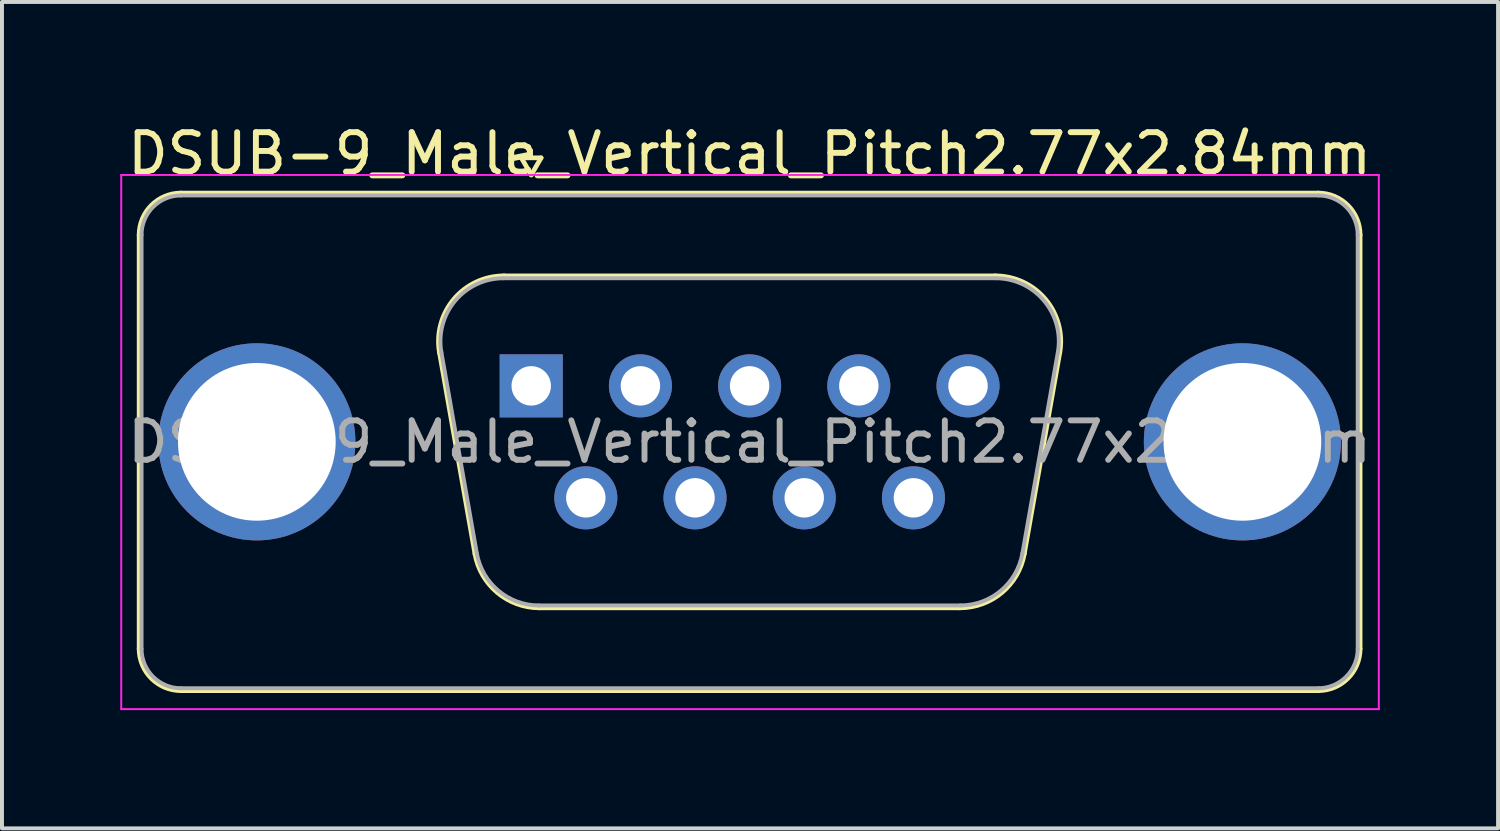
<source format=kicad_pcb>
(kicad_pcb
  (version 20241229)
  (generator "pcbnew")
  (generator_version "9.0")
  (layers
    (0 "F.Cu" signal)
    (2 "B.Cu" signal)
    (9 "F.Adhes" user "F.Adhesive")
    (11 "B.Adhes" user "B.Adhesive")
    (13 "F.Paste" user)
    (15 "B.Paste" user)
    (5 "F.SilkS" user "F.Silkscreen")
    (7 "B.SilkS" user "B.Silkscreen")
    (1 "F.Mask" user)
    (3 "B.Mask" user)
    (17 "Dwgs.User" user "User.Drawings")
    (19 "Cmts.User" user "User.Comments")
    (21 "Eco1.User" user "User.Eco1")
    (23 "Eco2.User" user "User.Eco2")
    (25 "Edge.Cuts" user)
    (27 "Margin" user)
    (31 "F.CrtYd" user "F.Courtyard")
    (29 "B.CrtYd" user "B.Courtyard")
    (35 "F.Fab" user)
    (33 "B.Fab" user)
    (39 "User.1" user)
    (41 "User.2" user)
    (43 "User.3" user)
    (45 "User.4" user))
  (footprint "DSUB-9_Male_Vertical_Pitch2.77x2.84mm"
    (layer "F.Cu")
    (at 10.425 6.738)
    (property "Reference" "DSUB-9_Male_Vertical_Pitch2.77x2.84mm" (at 5.54 -5.89 0) (layer "F.SilkS") (effects (font (size 1 1) (thickness 0.15))))
    (attr through_hole)
    (fp_line (start -9.945 6.67) (end -9.945 -3.83) (stroke (width 0.12) (type solid)) (layer "F.SilkS"))
    (fp_line (start -8.885 -4.89) (end 19.965 -4.89) (stroke (width 0.12) (type solid)) (layer "F.SilkS"))
    (fp_line (start -2.326 -0.842) (end -1.427 4.258) (stroke (width 0.12) (type solid)) (layer "F.SilkS"))
    (fp_line (start -0.692 -2.79) (end 11.772 -2.79) (stroke (width 0.12) (type solid)) (layer "F.SilkS"))
    (fp_line (start -0.25 -5.784) (end 0.25 -5.784) (stroke (width 0.12) (type solid)) (layer "F.SilkS"))
    (fp_line (start 0 -5.351) (end -0.25 -5.784) (stroke (width 0.12) (type solid)) (layer "F.SilkS"))
    (fp_line (start 0.208 5.63) (end 10.872 5.63) (stroke (width 0.12) (type solid)) (layer "F.SilkS"))
    (fp_line (start 0.25 -5.784) (end 0 -5.351) (stroke (width 0.12) (type solid)) (layer "F.SilkS"))
    (fp_line (start 13.406 -0.842) (end 12.507 4.258) (stroke (width 0.12) (type solid)) (layer "F.SilkS"))
    (fp_line (start 19.965 7.73) (end -8.885 7.73) (stroke (width 0.12) (type solid)) (layer "F.SilkS"))
    (fp_line (start 21.025 -3.83) (end 21.025 6.67) (stroke (width 0.12) (type solid)) (layer "F.SilkS"))
    (fp_arc (start -9.945 -3.83) (mid -9.634533 -4.579533) (end -8.885 -4.89) (stroke (width 0.12) (type solid)) (layer "F.SilkS"))
    (fp_arc (start -8.885 7.73) (mid -9.634533 7.419533) (end -9.945 6.67) (stroke (width 0.12) (type solid)) (layer "F.SilkS"))
    (fp_arc (start -2.32647 -0.841744) (mid -1.963323 -2.197028) (end -0.691689 -2.79) (stroke (width 0.12) (type solid)) (layer "F.SilkS"))
    (fp_arc (start 0.207579 5.63) (mid -0.859448 5.241634) (end -1.427202 4.258256) (stroke (width 0.12) (type solid)) (layer "F.SilkS"))
    (fp_arc (start 11.771689 -2.79) (mid 13.043323 -2.197027) (end 13.40647 -0.841744) (stroke (width 0.12) (type solid)) (layer "F.SilkS"))
    (fp_arc (start 12.507202 4.258256) (mid 11.939449 5.241634) (end 10.872421 5.63) (stroke (width 0.12) (type solid)) (layer "F.SilkS"))
    (fp_arc (start 19.965 -4.89) (mid 20.714533 -4.579533) (end 21.025 -3.83) (stroke (width 0.12) (type solid)) (layer "F.SilkS"))
    (fp_arc (start 21.025 6.67) (mid 20.714533 7.419533) (end 19.965 7.73) (stroke (width 0.12) (type solid)) (layer "F.SilkS"))
    (fp_line (start -10.4 -5.35) (end -10.4 8.2) (stroke (width 0.05) (type solid)) (layer "F.CrtYd"))
    (fp_line (start -10.4 8.2) (end 21.5 8.2) (stroke (width 0.05) (type solid)) (layer "F.CrtYd"))
    (fp_line (start 21.5 -5.35) (end -10.4 -5.35) (stroke (width 0.05) (type solid)) (layer "F.CrtYd"))
    (fp_line (start 21.5 8.2) (end 21.5 -5.35) (stroke (width 0.05) (type solid)) (layer "F.CrtYd"))
    (fp_line (start -9.885 6.67) (end -9.885 -3.83) (stroke (width 0.1) (type solid)) (layer "F.Fab"))
    (fp_line (start -8.885 -4.83) (end 19.965 -4.83) (stroke (width 0.1) (type solid)) (layer "F.Fab"))
    (fp_line (start -2.279 -0.852) (end -1.38 4.248) (stroke (width 0.1) (type solid)) (layer "F.Fab"))
    (fp_line (start -0.703 -2.73) (end 11.783 -2.73) (stroke (width 0.1) (type solid)) (layer "F.Fab"))
    (fp_line (start 0.196 5.57) (end 10.884 5.57) (stroke (width 0.1) (type solid)) (layer "F.Fab"))
    (fp_line (start 13.359 -0.852) (end 12.46 4.248) (stroke (width 0.1) (type solid)) (layer "F.Fab"))
    (fp_line (start 19.965 7.67) (end -8.885 7.67) (stroke (width 0.1) (type solid)) (layer "F.Fab"))
    (fp_line (start 20.965 -3.83) (end 20.965 6.67) (stroke (width 0.1) (type solid)) (layer "F.Fab"))
    (fp_arc (start -9.885 -3.83) (mid -9.592107 -4.537107) (end -8.885 -4.83) (stroke (width 0.1) (type solid)) (layer "F.Fab"))
    (fp_arc (start -8.885 7.67) (mid -9.592107 7.377107) (end -9.885 6.67) (stroke (width 0.1) (type solid)) (layer "F.Fab"))
    (fp_arc (start -2.278886 -0.852163) (mid -1.928865 -2.15846) (end -0.703194 -2.73) (stroke (width 0.1) (type solid)) (layer "F.Fab"))
    (fp_arc (start 0.196073 5.57) (mid -0.832387 5.195671) (end -1.379619 4.247837) (stroke (width 0.1) (type solid)) (layer "F.Fab"))
    (fp_arc (start 11.783194 -2.73) (mid 13.008865 -2.15846) (end 13.358886 -0.852163) (stroke (width 0.1) (type solid)) (layer "F.Fab"))
    (fp_arc (start 12.459619 4.247837) (mid 11.912387 5.195671) (end 10.883927 5.57) (stroke (width 0.1) (type solid)) (layer "F.Fab"))
    (fp_arc (start 19.965 -4.83) (mid 20.672107 -4.537107) (end 20.965 -3.83) (stroke (width 0.1) (type solid)) (layer "F.Fab"))
    (fp_arc (start 20.965 6.67) (mid 20.672107 7.377107) (end 19.965 7.67) (stroke (width 0.1) (type solid)) (layer "F.Fab"))
    (fp_text user "${REFERENCE}" (at 5.54 1.42 0) (layer "F.Fab") (effects (font (size 1 1) (thickness 0.15))))
    (pad "" np_thru_hole circle (at -6.96 1.42) (size 5 5) (drill 4) (layers "*.Cu" "*.Mask"))
    (pad "" np_thru_hole circle (at 18.04 1.42) (size 5 5) (drill 4) (layers "*.Cu" "*.Mask"))
    (pad "1" thru_hole rect (at 0 0) (size 1.6 1.6) (drill 1) (layers "*.Cu" "*.Mask"))
    (pad "2" thru_hole circle (at 2.77 0) (size 1.6 1.6) (drill 1) (layers "*.Cu" "*.Mask"))
    (pad "3" thru_hole circle (at 5.54 0) (size 1.6 1.6) (drill 1) (layers "*.Cu" "*.Mask"))
    (pad "4" thru_hole circle (at 8.31 0) (size 1.6 1.6) (drill 1) (layers "*.Cu" "*.Mask"))
    (pad "5" thru_hole circle (at 11.08 0) (size 1.6 1.6) (drill 1) (layers "*.Cu" "*.Mask"))
    (pad "6" thru_hole circle (at 1.385 2.84) (size 1.6 1.6) (drill 1) (layers "*.Cu" "*.Mask"))
    (pad "7" thru_hole circle (at 4.155 2.84) (size 1.6 1.6) (drill 1) (layers "*.Cu" "*.Mask"))
    (pad "8" thru_hole circle (at 6.925 2.84) (size 1.6 1.6) (drill 1) (layers "*.Cu" "*.Mask"))
    (pad "9" thru_hole circle (at 9.695 2.84) (size 1.6 1.6) (drill 1) (layers "*.Cu" "*.Mask")))
  (gr_rect
    (start -3 -3)
    (end 34.95 17.963)
    (stroke (width 0.1) (type default))
    (fill no)
    (layer "Edge.Cuts")))
</source>
